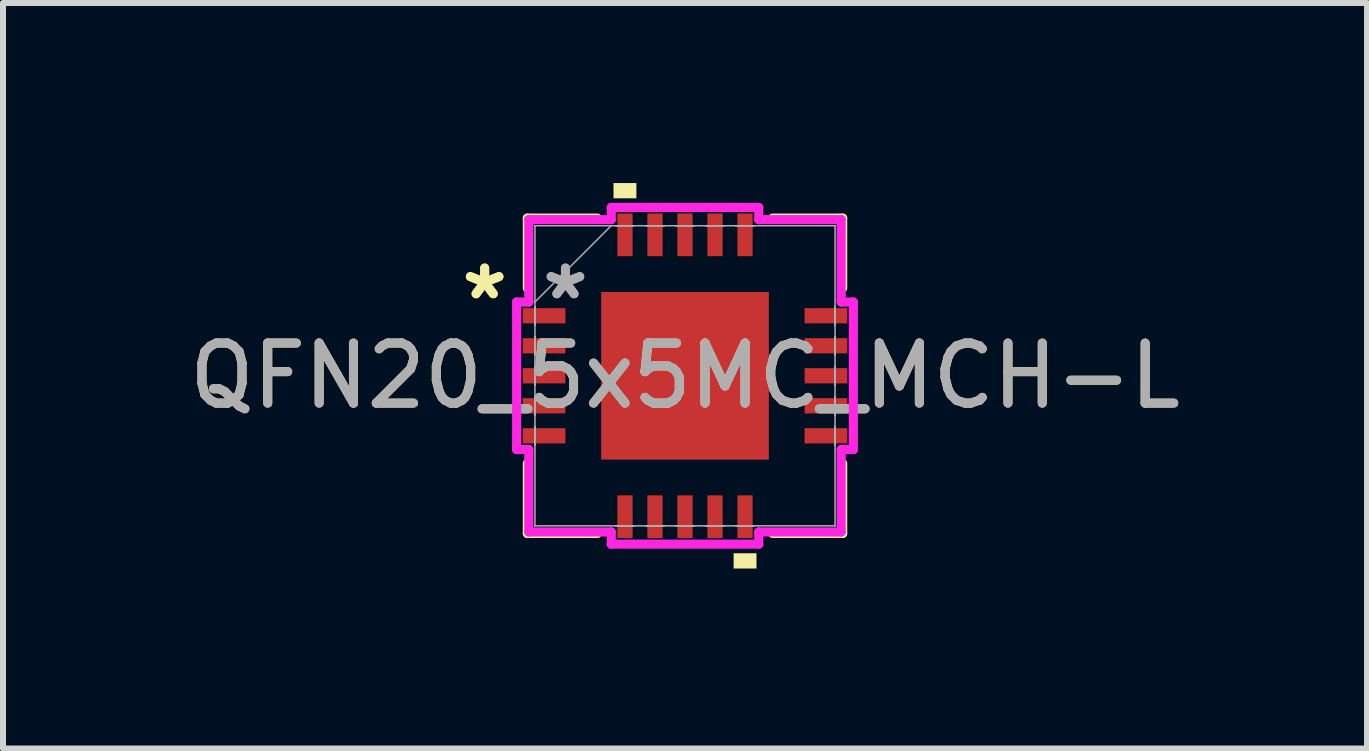
<source format=kicad_pcb>
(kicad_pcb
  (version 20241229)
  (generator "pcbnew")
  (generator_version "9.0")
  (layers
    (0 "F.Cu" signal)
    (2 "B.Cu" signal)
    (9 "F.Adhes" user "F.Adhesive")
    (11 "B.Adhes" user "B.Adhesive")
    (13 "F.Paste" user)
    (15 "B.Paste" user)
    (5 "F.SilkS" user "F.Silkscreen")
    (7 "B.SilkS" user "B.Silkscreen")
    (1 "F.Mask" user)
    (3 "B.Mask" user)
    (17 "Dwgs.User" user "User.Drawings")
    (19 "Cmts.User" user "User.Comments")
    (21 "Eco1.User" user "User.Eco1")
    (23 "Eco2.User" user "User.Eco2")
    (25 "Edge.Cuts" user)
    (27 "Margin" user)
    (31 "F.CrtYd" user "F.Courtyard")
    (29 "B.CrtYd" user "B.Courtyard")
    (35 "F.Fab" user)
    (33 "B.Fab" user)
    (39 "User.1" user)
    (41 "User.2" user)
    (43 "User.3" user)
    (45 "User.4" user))
  (footprint "QFN20_5x5MC_MCH-L"
    (layer "F.Cu")
    (at 8.363 3.211)
    (property "Reference" "QFN20_5x5MC_MCH-L" (at 0 0 0) (unlocked yes) (layer "F.SilkS") (effects (font (size 1 1) (thickness 0.15))))
    (attr smd)
    (fp_line (start -2.627 -2.627) (end -2.627 -1.46) (stroke (width 0.152) (type solid)) (layer "F.SilkS"))
    (fp_line (start -2.627 1.46) (end -2.627 2.627) (stroke (width 0.152) (type solid)) (layer "F.SilkS"))
    (fp_line (start -2.627 2.627) (end -1.46 2.627) (stroke (width 0.152) (type solid)) (layer "F.SilkS"))
    (fp_line (start -1.46 -2.627) (end -2.627 -2.627) (stroke (width 0.152) (type solid)) (layer "F.SilkS"))
    (fp_line (start 1.46 2.627) (end 2.627 2.627) (stroke (width 0.152) (type solid)) (layer "F.SilkS"))
    (fp_line (start 2.627 -2.627) (end 1.46 -2.627) (stroke (width 0.152) (type solid)) (layer "F.SilkS"))
    (fp_line (start 2.627 -1.46) (end 2.627 -2.627) (stroke (width 0.152) (type solid)) (layer "F.SilkS"))
    (fp_line (start 2.627 2.627) (end 2.627 1.46) (stroke (width 0.152) (type solid)) (layer "F.SilkS"))
    (fp_poly (pts (xy -1.191 -2.957) (xy -1.191 -3.211) (xy -0.81 -3.211) (xy -0.81 -2.957)) (stroke (width 0) (type solid)) (fill yes) (layer "F.SilkS"))
    (fp_poly (pts (xy 0.81 2.957) (xy 0.81 3.211) (xy 1.191 3.211) (xy 1.191 2.957)) (stroke (width 0) (type solid)) (fill yes) (layer "F.SilkS"))
    (fp_poly (pts (xy -1.297 -1.297) (xy -1.297 -0.1) (xy -0.1 -0.1) (xy -0.1 -1.297)) (stroke (width 0) (type solid)) (fill yes) (layer "F.Paste"))
    (fp_poly (pts (xy -1.297 0.1) (xy -1.297 1.297) (xy -0.1 1.297) (xy -0.1 0.1)) (stroke (width 0) (type solid)) (fill yes) (layer "F.Paste"))
    (fp_poly (pts (xy 0.1 -1.297) (xy 0.1 -0.1) (xy 1.297 -0.1) (xy 1.297 -1.297)) (stroke (width 0) (type solid)) (fill yes) (layer "F.Paste"))
    (fp_poly (pts (xy 0.1 0.1) (xy 0.1 1.297) (xy 1.297 1.297) (xy 1.297 0.1)) (stroke (width 0) (type solid)) (fill yes) (layer "F.Paste"))
    (fp_line (start -2.805 -1.229) (end -2.602 -1.229) (stroke (width 0.152) (type solid)) (layer "F.CrtYd"))
    (fp_line (start -2.805 1.229) (end -2.805 -1.229) (stroke (width 0.152) (type solid)) (layer "F.CrtYd"))
    (fp_line (start -2.602 -2.602) (end -1.229 -2.602) (stroke (width 0.152) (type solid)) (layer "F.CrtYd"))
    (fp_line (start -2.602 -1.229) (end -2.602 -2.602) (stroke (width 0.152) (type solid)) (layer "F.CrtYd"))
    (fp_line (start -2.602 1.229) (end -2.805 1.229) (stroke (width 0.152) (type solid)) (layer "F.CrtYd"))
    (fp_line (start -2.602 2.602) (end -2.602 1.229) (stroke (width 0.152) (type solid)) (layer "F.CrtYd"))
    (fp_line (start -1.229 -2.805) (end 1.229 -2.805) (stroke (width 0.152) (type solid)) (layer "F.CrtYd"))
    (fp_line (start -1.229 -2.602) (end -1.229 -2.805) (stroke (width 0.152) (type solid)) (layer "F.CrtYd"))
    (fp_line (start -1.229 2.602) (end -2.602 2.602) (stroke (width 0.152) (type solid)) (layer "F.CrtYd"))
    (fp_line (start -1.229 2.805) (end -1.229 2.602) (stroke (width 0.152) (type solid)) (layer "F.CrtYd"))
    (fp_line (start 1.229 -2.805) (end 1.229 -2.602) (stroke (width 0.152) (type solid)) (layer "F.CrtYd"))
    (fp_line (start 1.229 -2.602) (end 2.602 -2.602) (stroke (width 0.152) (type solid)) (layer "F.CrtYd"))
    (fp_line (start 1.229 2.602) (end 1.229 2.805) (stroke (width 0.152) (type solid)) (layer "F.CrtYd"))
    (fp_line (start 1.229 2.805) (end -1.229 2.805) (stroke (width 0.152) (type solid)) (layer "F.CrtYd"))
    (fp_line (start 2.602 -2.602) (end 2.602 -1.229) (stroke (width 0.152) (type solid)) (layer "F.CrtYd"))
    (fp_line (start 2.602 -1.229) (end 2.805 -1.229) (stroke (width 0.152) (type solid)) (layer "F.CrtYd"))
    (fp_line (start 2.602 1.229) (end 2.602 2.602) (stroke (width 0.152) (type solid)) (layer "F.CrtYd"))
    (fp_line (start 2.602 2.602) (end 1.229 2.602) (stroke (width 0.152) (type solid)) (layer "F.CrtYd"))
    (fp_line (start 2.805 -1.229) (end 2.805 1.229) (stroke (width 0.152) (type solid)) (layer "F.CrtYd"))
    (fp_line (start 2.805 1.229) (end 2.602 1.229) (stroke (width 0.152) (type solid)) (layer "F.CrtYd"))
    (fp_line (start -2.5 -2.5) (end -2.5 -2.5) (stroke (width 0.025) (type solid)) (layer "F.Fab"))
    (fp_line (start -2.5 -2.5) (end -2.5 2.5) (stroke (width 0.025) (type solid)) (layer "F.Fab"))
    (fp_line (start -2.5 -1.23) (end -1.23 -2.5) (stroke (width 0.025) (type solid)) (layer "F.Fab"))
    (fp_line (start -2.5 -1.152) (end -2.5 -1.152) (stroke (width 0.025) (type solid)) (layer "F.Fab"))
    (fp_line (start -2.5 -1.152) (end -2.5 -0.848) (stroke (width 0.025) (type solid)) (layer "F.Fab"))
    (fp_line (start -2.5 -0.848) (end -2.5 -1.152) (stroke (width 0.025) (type solid)) (layer "F.Fab"))
    (fp_line (start -2.5 -0.848) (end -2.5 -0.848) (stroke (width 0.025) (type solid)) (layer "F.Fab"))
    (fp_line (start -2.5 -0.652) (end -2.5 -0.652) (stroke (width 0.025) (type solid)) (layer "F.Fab"))
    (fp_line (start -2.5 -0.652) (end -2.5 -0.348) (stroke (width 0.025) (type solid)) (layer "F.Fab"))
    (fp_line (start -2.5 -0.348) (end -2.5 -0.652) (stroke (width 0.025) (type solid)) (layer "F.Fab"))
    (fp_line (start -2.5 -0.348) (end -2.5 -0.348) (stroke (width 0.025) (type solid)) (layer "F.Fab"))
    (fp_line (start -2.5 -0.152) (end -2.5 -0.152) (stroke (width 0.025) (type solid)) (layer "F.Fab"))
    (fp_line (start -2.5 -0.152) (end -2.5 0.152) (stroke (width 0.025) (type solid)) (layer "F.Fab"))
    (fp_line (start -2.5 0.152) (end -2.5 -0.152) (stroke (width 0.025) (type solid)) (layer "F.Fab"))
    (fp_line (start -2.5 0.152) (end -2.5 0.152) (stroke (width 0.025) (type solid)) (layer "F.Fab"))
    (fp_line (start -2.5 0.348) (end -2.5 0.348) (stroke (width 0.025) (type solid)) (layer "F.Fab"))
    (fp_line (start -2.5 0.348) (end -2.5 0.652) (stroke (width 0.025) (type solid)) (layer "F.Fab"))
    (fp_line (start -2.5 0.652) (end -2.5 0.348) (stroke (width 0.025) (type solid)) (layer "F.Fab"))
    (fp_line (start -2.5 0.652) (end -2.5 0.652) (stroke (width 0.025) (type solid)) (layer "F.Fab"))
    (fp_line (start -2.5 0.848) (end -2.5 0.848) (stroke (width 0.025) (type solid)) (layer "F.Fab"))
    (fp_line (start -2.5 0.848) (end -2.5 1.152) (stroke (width 0.025) (type solid)) (layer "F.Fab"))
    (fp_line (start -2.5 1.152) (end -2.5 0.848) (stroke (width 0.025) (type solid)) (layer "F.Fab"))
    (fp_line (start -2.5 1.152) (end -2.5 1.152) (stroke (width 0.025) (type solid)) (layer "F.Fab"))
    (fp_line (start -2.5 2.5) (end -2.5 2.5) (stroke (width 0.025) (type solid)) (layer "F.Fab"))
    (fp_line (start -2.5 2.5) (end 2.5 2.5) (stroke (width 0.025) (type solid)) (layer "F.Fab"))
    (fp_line (start -1.152 -2.5) (end -1.152 -2.5) (stroke (width 0.025) (type solid)) (layer "F.Fab"))
    (fp_line (start -1.152 -2.5) (end -0.848 -2.5) (stroke (width 0.025) (type solid)) (layer "F.Fab"))
    (fp_line (start -1.152 2.5) (end -1.152 2.5) (stroke (width 0.025) (type solid)) (layer "F.Fab"))
    (fp_line (start -1.152 2.5) (end -0.848 2.5) (stroke (width 0.025) (type solid)) (layer "F.Fab"))
    (fp_line (start -0.848 -2.5) (end -1.152 -2.5) (stroke (width 0.025) (type solid)) (layer "F.Fab"))
    (fp_line (start -0.848 -2.5) (end -0.848 -2.5) (stroke (width 0.025) (type solid)) (layer "F.Fab"))
    (fp_line (start -0.848 2.5) (end -1.152 2.5) (stroke (width 0.025) (type solid)) (layer "F.Fab"))
    (fp_line (start -0.848 2.5) (end -0.848 2.5) (stroke (width 0.025) (type solid)) (layer "F.Fab"))
    (fp_line (start -0.652 -2.5) (end -0.652 -2.5) (stroke (width 0.025) (type solid)) (layer "F.Fab"))
    (fp_line (start -0.652 -2.5) (end -0.348 -2.5) (stroke (width 0.025) (type solid)) (layer "F.Fab"))
    (fp_line (start -0.652 2.5) (end -0.652 2.5) (stroke (width 0.025) (type solid)) (layer "F.Fab"))
    (fp_line (start -0.652 2.5) (end -0.348 2.5) (stroke (width 0.025) (type solid)) (layer "F.Fab"))
    (fp_line (start -0.348 -2.5) (end -0.652 -2.5) (stroke (width 0.025) (type solid)) (layer "F.Fab"))
    (fp_line (start -0.348 -2.5) (end -0.348 -2.5) (stroke (width 0.025) (type solid)) (layer "F.Fab"))
    (fp_line (start -0.348 2.5) (end -0.652 2.5) (stroke (width 0.025) (type solid)) (layer "F.Fab"))
    (fp_line (start -0.348 2.5) (end -0.348 2.5) (stroke (width 0.025) (type solid)) (layer "F.Fab"))
    (fp_line (start -0.152 -2.5) (end -0.152 -2.5) (stroke (width 0.025) (type solid)) (layer "F.Fab"))
    (fp_line (start -0.152 -2.5) (end 0.152 -2.5) (stroke (width 0.025) (type solid)) (layer "F.Fab"))
    (fp_line (start -0.152 2.5) (end -0.152 2.5) (stroke (width 0.025) (type solid)) (layer "F.Fab"))
    (fp_line (start -0.152 2.5) (end 0.152 2.5) (stroke (width 0.025) (type solid)) (layer "F.Fab"))
    (fp_line (start 0.152 -2.5) (end -0.152 -2.5) (stroke (width 0.025) (type solid)) (layer "F.Fab"))
    (fp_line (start 0.152 -2.5) (end 0.152 -2.5) (stroke (width 0.025) (type solid)) (layer "F.Fab"))
    (fp_line (start 0.152 2.5) (end -0.152 2.5) (stroke (width 0.025) (type solid)) (layer "F.Fab"))
    (fp_line (start 0.152 2.5) (end 0.152 2.5) (stroke (width 0.025) (type solid)) (layer "F.Fab"))
    (fp_line (start 0.348 -2.5) (end 0.348 -2.5) (stroke (width 0.025) (type solid)) (layer "F.Fab"))
    (fp_line (start 0.348 -2.5) (end 0.652 -2.5) (stroke (width 0.025) (type solid)) (layer "F.Fab"))
    (fp_line (start 0.348 2.5) (end 0.348 2.5) (stroke (width 0.025) (type solid)) (layer "F.Fab"))
    (fp_line (start 0.348 2.5) (end 0.652 2.5) (stroke (width 0.025) (type solid)) (layer "F.Fab"))
    (fp_line (start 0.652 -2.5) (end 0.348 -2.5) (stroke (width 0.025) (type solid)) (layer "F.Fab"))
    (fp_line (start 0.652 -2.5) (end 0.652 -2.5) (stroke (width 0.025) (type solid)) (layer "F.Fab"))
    (fp_line (start 0.652 2.5) (end 0.348 2.5) (stroke (width 0.025) (type solid)) (layer "F.Fab"))
    (fp_line (start 0.652 2.5) (end 0.652 2.5) (stroke (width 0.025) (type solid)) (layer "F.Fab"))
    (fp_line (start 0.848 -2.5) (end 0.848 -2.5) (stroke (width 0.025) (type solid)) (layer "F.Fab"))
    (fp_line (start 0.848 -2.5) (end 1.152 -2.5) (stroke (width 0.025) (type solid)) (layer "F.Fab"))
    (fp_line (start 0.848 2.5) (end 0.848 2.5) (stroke (width 0.025) (type solid)) (layer "F.Fab"))
    (fp_line (start 0.848 2.5) (end 1.152 2.5) (stroke (width 0.025) (type solid)) (layer "F.Fab"))
    (fp_line (start 1.152 -2.5) (end 0.848 -2.5) (stroke (width 0.025) (type solid)) (layer "F.Fab"))
    (fp_line (start 1.152 -2.5) (end 1.152 -2.5) (stroke (width 0.025) (type solid)) (layer "F.Fab"))
    (fp_line (start 1.152 2.5) (end 0.848 2.5) (stroke (width 0.025) (type solid)) (layer "F.Fab"))
    (fp_line (start 1.152 2.5) (end 1.152 2.5) (stroke (width 0.025) (type solid)) (layer "F.Fab"))
    (fp_line (start 2.5 -2.5) (end -2.5 -2.5) (stroke (width 0.025) (type solid)) (layer "F.Fab"))
    (fp_line (start 2.5 -2.5) (end 2.5 -2.5) (stroke (width 0.025) (type solid)) (layer "F.Fab"))
    (fp_line (start 2.5 -1.152) (end 2.5 -1.152) (stroke (width 0.025) (type solid)) (layer "F.Fab"))
    (fp_line (start 2.5 -1.152) (end 2.5 -0.848) (stroke (width 0.025) (type solid)) (layer "F.Fab"))
    (fp_line (start 2.5 -0.848) (end 2.5 -1.152) (stroke (width 0.025) (type solid)) (layer "F.Fab"))
    (fp_line (start 2.5 -0.848) (end 2.5 -0.848) (stroke (width 0.025) (type solid)) (layer "F.Fab"))
    (fp_line (start 2.5 -0.652) (end 2.5 -0.652) (stroke (width 0.025) (type solid)) (layer "F.Fab"))
    (fp_line (start 2.5 -0.652) (end 2.5 -0.348) (stroke (width 0.025) (type solid)) (layer "F.Fab"))
    (fp_line (start 2.5 -0.348) (end 2.5 -0.652) (stroke (width 0.025) (type solid)) (layer "F.Fab"))
    (fp_line (start 2.5 -0.348) (end 2.5 -0.348) (stroke (width 0.025) (type solid)) (layer "F.Fab"))
    (fp_line (start 2.5 -0.152) (end 2.5 -0.152) (stroke (width 0.025) (type solid)) (layer "F.Fab"))
    (fp_line (start 2.5 -0.152) (end 2.5 0.152) (stroke (width 0.025) (type solid)) (layer "F.Fab"))
    (fp_line (start 2.5 0.152) (end 2.5 -0.152) (stroke (width 0.025) (type solid)) (layer "F.Fab"))
    (fp_line (start 2.5 0.152) (end 2.5 0.152) (stroke (width 0.025) (type solid)) (layer "F.Fab"))
    (fp_line (start 2.5 0.348) (end 2.5 0.348) (stroke (width 0.025) (type solid)) (layer "F.Fab"))
    (fp_line (start 2.5 0.348) (end 2.5 0.652) (stroke (width 0.025) (type solid)) (layer "F.Fab"))
    (fp_line (start 2.5 0.652) (end 2.5 0.348) (stroke (width 0.025) (type solid)) (layer "F.Fab"))
    (fp_line (start 2.5 0.652) (end 2.5 0.652) (stroke (width 0.025) (type solid)) (layer "F.Fab"))
    (fp_line (start 2.5 0.848) (end 2.5 0.848) (stroke (width 0.025) (type solid)) (layer "F.Fab"))
    (fp_line (start 2.5 0.848) (end 2.5 1.152) (stroke (width 0.025) (type solid)) (layer "F.Fab"))
    (fp_line (start 2.5 1.152) (end 2.5 0.848) (stroke (width 0.025) (type solid)) (layer "F.Fab"))
    (fp_line (start 2.5 1.152) (end 2.5 1.152) (stroke (width 0.025) (type solid)) (layer "F.Fab"))
    (fp_line (start 2.5 2.5) (end 2.5 -2.5) (stroke (width 0.025) (type solid)) (layer "F.Fab"))
    (fp_line (start 2.5 2.5) (end 2.5 2.5) (stroke (width 0.025) (type solid)) (layer "F.Fab"))
    (fp_text user "*" (at -3.338 -1.25 0) (layer "F.SilkS") (effects (font (size 1 1) (thickness 0.15))))
    (fp_text user "*" (at -3.338 -1.25 0) (unlocked yes) (layer "F.SilkS") (effects (font (size 1 1) (thickness 0.15))))
    (fp_text user "${REFERENCE}" (at 0 0 0) (unlocked yes) (layer "F.Fab") (effects (font (size 1 1) (thickness 0.15))))
    (fp_text user "*" (at -1.992 -1.25 0) (layer "F.Fab") (effects (font (size 1 1) (thickness 0.15))))
    (fp_text user "*" (at -1.992 -1.25 0) (unlocked yes) (layer "F.Fab") (effects (font (size 1 1) (thickness 0.15))))
    (pad "1" smd rect (at -2.348 -1 90) (size 0.254 0.711) (layers "F.Cu" "F.Mask" "F.Paste"))
    (pad "2" smd rect (at -2.348 -0.5 90) (size 0.254 0.711) (layers "F.Cu" "F.Mask" "F.Paste"))
    (pad "3" smd rect (at -2.348 0 90) (size 0.254 0.711) (layers "F.Cu" "F.Mask" "F.Paste"))
    (pad "4" smd rect (at -2.348 0.5 90) (size 0.254 0.711) (layers "F.Cu" "F.Mask" "F.Paste"))
    (pad "5" smd rect (at -2.348 1 90) (size 0.254 0.711) (layers "F.Cu" "F.Mask" "F.Paste"))
    (pad "6" smd rect (at -1 2.348) (size 0.254 0.711) (layers "F.Cu" "F.Mask" "F.Paste"))
    (pad "7" smd rect (at -0.5 2.348) (size 0.254 0.711) (layers "F.Cu" "F.Mask" "F.Paste"))
    (pad "8" smd rect (at 0 2.348) (size 0.254 0.711) (layers "F.Cu" "F.Mask" "F.Paste"))
    (pad "9" smd rect (at 0.5 2.348) (size 0.254 0.711) (layers "F.Cu" "F.Mask" "F.Paste"))
    (pad "10" smd rect (at 1 2.348) (size 0.254 0.711) (layers "F.Cu" "F.Mask" "F.Paste"))
    (pad "11" smd rect (at 2.348 1 90) (size 0.254 0.711) (layers "F.Cu" "F.Mask" "F.Paste"))
    (pad "12" smd rect (at 2.348 0.5 90) (size 0.254 0.711) (layers "F.Cu" "F.Mask" "F.Paste"))
    (pad "13" smd rect (at 2.348 0 90) (size 0.254 0.711) (layers "F.Cu" "F.Mask" "F.Paste"))
    (pad "14" smd rect (at 2.348 -0.5 90) (size 0.254 0.711) (layers "F.Cu" "F.Mask" "F.Paste"))
    (pad "15" smd rect (at 2.348 -1 90) (size 0.254 0.711) (layers "F.Cu" "F.Mask" "F.Paste"))
    (pad "16" smd rect (at 1 -2.348) (size 0.254 0.711) (layers "F.Cu" "F.Mask" "F.Paste"))
    (pad "17" smd rect (at 0.5 -2.348) (size 0.254 0.711) (layers "F.Cu" "F.Mask" "F.Paste"))
    (pad "18" smd rect (at 0 -2.348) (size 0.254 0.711) (layers "F.Cu" "F.Mask" "F.Paste"))
    (pad "19" smd rect (at -0.5 -2.348) (size 0.254 0.711) (layers "F.Cu" "F.Mask" "F.Paste"))
    (pad "20" smd rect (at -1 -2.348) (size 0.254 0.711) (layers "F.Cu" "F.Mask" "F.Paste"))
    (pad "21" smd rect (at 0 0) (size 2.794 2.794) (layers "F.Cu" "F.Mask" "F.Paste")))
  (gr_rect
    (start -3 -3)
    (end 19.726 9.422)
    (stroke (width 0.1) (type default))
    (fill no)
    (layer "Edge.Cuts")))
</source>
